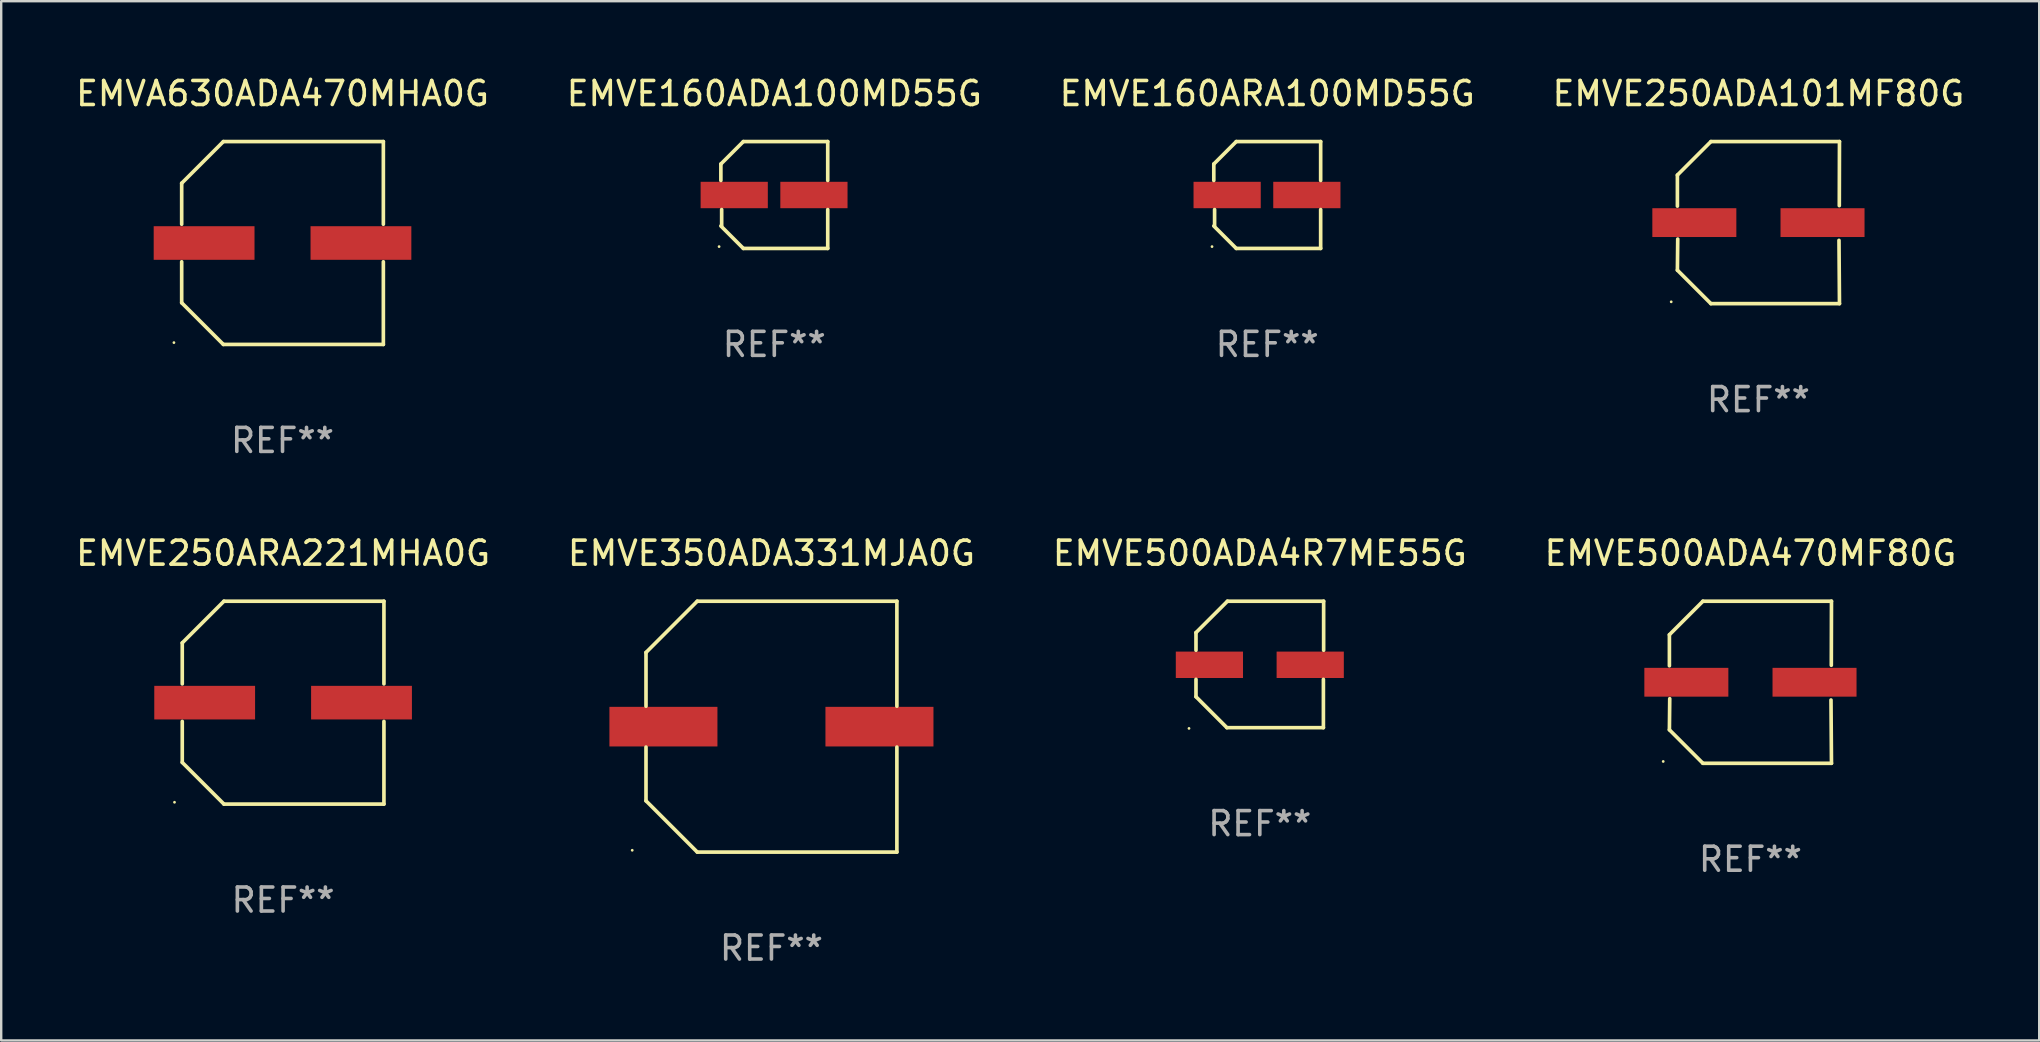
<source format=kicad_pcb>
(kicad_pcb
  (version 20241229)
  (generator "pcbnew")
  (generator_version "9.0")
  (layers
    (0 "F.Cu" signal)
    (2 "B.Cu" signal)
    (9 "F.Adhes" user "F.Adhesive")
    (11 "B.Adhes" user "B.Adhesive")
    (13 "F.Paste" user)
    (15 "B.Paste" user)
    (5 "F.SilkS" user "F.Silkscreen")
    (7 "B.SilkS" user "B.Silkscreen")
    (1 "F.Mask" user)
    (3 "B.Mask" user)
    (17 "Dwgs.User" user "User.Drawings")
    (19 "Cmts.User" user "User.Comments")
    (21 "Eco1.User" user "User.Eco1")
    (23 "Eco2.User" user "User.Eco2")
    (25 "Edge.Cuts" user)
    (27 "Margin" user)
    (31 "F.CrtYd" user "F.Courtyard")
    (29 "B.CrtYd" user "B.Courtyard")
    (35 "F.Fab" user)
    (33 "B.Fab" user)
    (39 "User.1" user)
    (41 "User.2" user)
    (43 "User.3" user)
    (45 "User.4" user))
  (footprint "EMVE160ADA100MD55G"
    (layer "F.Cu")
    (at 29.208 5.074)
    (property "Reference" "EMVE160ADA100MD55G" (at 0 -4.226 0) (layer "F.SilkS") (effects (font (size 1 1) (thickness 0.15))))
    (attr through_hole)
    (fp_line (start -2.226 -1.29) (end -2.226 -0.607) (stroke (width 0.152) (type solid)) (layer "F.SilkS"))
    (fp_line (start -2.193 1.29) (end -2.193 0.607) (stroke (width 0.152) (type solid)) (layer "F.SilkS"))
    (fp_line (start -1.29 2.226) (end -2.226 1.29) (stroke (width 0.152) (type solid)) (layer "F.SilkS"))
    (fp_line (start -1.29 -2.226) (end -2.226 -1.29) (stroke (width 0.152) (type solid)) (layer "F.SilkS"))
    (fp_line (start 2.226 -2.226) (end -1.29 -2.226) (stroke (width 0.152) (type solid)) (layer "F.SilkS"))
    (fp_line (start 2.226 -0.607) (end 2.226 -2.226) (stroke (width 0.152) (type solid)) (layer "F.SilkS"))
    (fp_line (start 2.226 0.607) (end 2.226 2.226) (stroke (width 0.152) (type solid)) (layer "F.SilkS"))
    (fp_line (start 2.226 2.226) (end -1.29 2.226) (stroke (width 0.152) (type solid)) (layer "F.SilkS"))
    (fp_circle (center -2.3 2.15) (end -2.27 2.15) (stroke (width 0.06) (type solid)) (fill no) (layer "F.SilkS"))
    (fp_text user "REF**" (at 0 6.226 0) (layer "F.Fab") (effects (font (size 1 1) (thickness 0.15))))
    (pad "1" smd rect (at -1.67 -0.000025) (size 2.8 1.1) (layers "F.Cu" "F.Mask" "F.Paste"))
    (pad "2" smd rect (at 1.651 -0.000025) (size 2.8 1.1) (layers "F.Cu" "F.Mask" "F.Paste")))
  (footprint "EMVE160ARA100MD55G"
    (layer "F.Cu")
    (at 49.744 5.074)
    (property "Reference" "EMVE160ARA100MD55G" (at 0 -4.226 0) (layer "F.SilkS") (effects (font (size 1 1) (thickness 0.15))))
    (attr through_hole)
    (fp_line (start -2.226 -1.29) (end -2.226 -0.607) (stroke (width 0.152) (type solid)) (layer "F.SilkS"))
    (fp_line (start -2.193 1.29) (end -2.193 0.607) (stroke (width 0.152) (type solid)) (layer "F.SilkS"))
    (fp_line (start -1.29 2.226) (end -2.226 1.29) (stroke (width 0.152) (type solid)) (layer "F.SilkS"))
    (fp_line (start -1.29 -2.226) (end -2.226 -1.29) (stroke (width 0.152) (type solid)) (layer "F.SilkS"))
    (fp_line (start 2.226 -2.226) (end -1.29 -2.226) (stroke (width 0.152) (type solid)) (layer "F.SilkS"))
    (fp_line (start 2.226 -0.607) (end 2.226 -2.226) (stroke (width 0.152) (type solid)) (layer "F.SilkS"))
    (fp_line (start 2.226 0.607) (end 2.226 2.226) (stroke (width 0.152) (type solid)) (layer "F.SilkS"))
    (fp_line (start 2.226 2.226) (end -1.29 2.226) (stroke (width 0.152) (type solid)) (layer "F.SilkS"))
    (fp_circle (center -2.3 2.15) (end -2.27 2.15) (stroke (width 0.06) (type solid)) (fill no) (layer "F.SilkS"))
    (fp_text user "REF**" (at 0 6.226 0) (layer "F.Fab") (effects (font (size 1 1) (thickness 0.15))))
    (pad "1" smd rect (at -1.67 -0.000025) (size 2.8 1.1) (layers "F.Cu" "F.Mask" "F.Paste"))
    (pad "2" smd rect (at 1.651 -0.000025) (size 2.8 1.1) (layers "F.Cu" "F.Mask" "F.Paste")))
  (footprint "EMVE500ADA4R7ME55G"
    (layer "F.Cu")
    (at 49.435 24.631)
    (property "Reference" "EMVE500ADA4R7ME55G" (at 0 -4.634 0) (layer "F.SilkS") (effects (font (size 1 1) (thickness 0.15))))
    (attr through_hole)
    (fp_line (start -2.659 -1.326) (end -2.659 -0.592) (stroke (width 0.152) (type solid)) (layer "F.SilkS"))
    (fp_line (start -2.659 1.346) (end -2.659 0.622) (stroke (width 0.152) (type solid)) (layer "F.SilkS"))
    (fp_line (start -1.372 2.634) (end -2.659 1.346) (stroke (width 0.152) (type solid)) (layer "F.SilkS"))
    (fp_line (start -1.349 -2.634) (end -2.659 -1.326) (stroke (width 0.152) (type solid)) (layer "F.SilkS"))
    (fp_line (start 2.649 0.622) (end 2.649 2.634) (stroke (width 0.152) (type solid)) (layer "F.SilkS"))
    (fp_line (start 2.649 2.634) (end -1.372 2.634) (stroke (width 0.152) (type solid)) (layer "F.SilkS"))
    (fp_line (start 2.659 -2.634) (end -1.349 -2.634) (stroke (width 0.152) (type solid)) (layer "F.SilkS"))
    (fp_line (start 2.659 -0.592) (end 2.659 -2.634) (stroke (width 0.152) (type solid)) (layer "F.SilkS"))
    (fp_circle (center -2.95 2.665) (end -2.92 2.665) (stroke (width 0.06) (type solid)) (fill no) (layer "F.SilkS"))
    (fp_text user "REF**" (at 0 6.634 0) (layer "F.Fab") (effects (font (size 1 1) (thickness 0.15))))
    (pad "1" smd rect (at -2.1 0.015) (size 2.8 1.1) (layers "F.Cu" "F.Mask" "F.Paste"))
    (pad "2" smd rect (at 2.1 0.015) (size 2.8 1.1) (layers "F.Cu" "F.Mask" "F.Paste")))
  (footprint "EMVE250ARA221MHA0G"
    (layer "F.Cu")
    (at 8.744 26.223)
    (property "Reference" "EMVE250ARA221MHA0G" (at 0 -6.226 0) (layer "F.SilkS") (effects (font (size 1 1) (thickness 0.15))))
    (attr through_hole)
    (fp_line (start -4.201 -2.49) (end -4.201 -0.782) (stroke (width 0.152) (type solid)) (layer "F.SilkS"))
    (fp_line (start -4.201 2.49) (end -4.201 0.782) (stroke (width 0.152) (type solid)) (layer "F.SilkS"))
    (fp_line (start -2.465 -4.226) (end -4.201 -2.49) (stroke (width 0.152) (type solid)) (layer "F.SilkS"))
    (fp_line (start -2.465 4.226) (end -4.201 2.49) (stroke (width 0.152) (type solid)) (layer "F.SilkS"))
    (fp_line (start 4.201 -4.226) (end -2.465 -4.226) (stroke (width 0.152) (type solid)) (layer "F.SilkS"))
    (fp_line (start 4.201 -0.782) (end 4.201 -4.226) (stroke (width 0.152) (type solid)) (layer "F.SilkS"))
    (fp_line (start 4.201 0.782) (end 4.201 4.226) (stroke (width 0.152) (type solid)) (layer "F.SilkS"))
    (fp_line (start 4.201 4.226) (end -2.465 4.226) (stroke (width 0.152) (type solid)) (layer "F.SilkS"))
    (fp_circle (center -4.524 4.15) (end -4.494 4.15) (stroke (width 0.06) (type solid)) (fill no) (layer "F.SilkS"))
    (fp_text user "REF**" (at 0 8.226 0) (layer "F.Fab") (effects (font (size 1 1) (thickness 0.15))))
    (pad "1" smd rect (at -3.267 0) (size 4.2 1.4) (layers "F.Cu" "F.Mask" "F.Paste"))
    (pad "2" smd rect (at 3.267 0) (size 4.2 1.4) (layers "F.Cu" "F.Mask" "F.Paste")))
  (footprint "EMVA630ADA470MHA0G"
    (layer "F.Cu")
    (at 8.72 7.074)
    (property "Reference" "EMVA630ADA470MHA0G" (at 0 -6.226 0) (layer "F.SilkS") (effects (font (size 1 1) (thickness 0.15))))
    (attr through_hole)
    (fp_line (start -4.201 -2.49) (end -4.201 -0.782) (stroke (width 0.152) (type solid)) (layer "F.SilkS"))
    (fp_line (start -4.201 2.49) (end -4.201 0.782) (stroke (width 0.152) (type solid)) (layer "F.SilkS"))
    (fp_line (start -2.465 -4.226) (end -4.201 -2.49) (stroke (width 0.152) (type solid)) (layer "F.SilkS"))
    (fp_line (start -2.465 4.226) (end -4.201 2.49) (stroke (width 0.152) (type solid)) (layer "F.SilkS"))
    (fp_line (start 4.201 -4.226) (end -2.465 -4.226) (stroke (width 0.152) (type solid)) (layer "F.SilkS"))
    (fp_line (start 4.201 -0.782) (end 4.201 -4.226) (stroke (width 0.152) (type solid)) (layer "F.SilkS"))
    (fp_line (start 4.201 0.782) (end 4.201 4.226) (stroke (width 0.152) (type solid)) (layer "F.SilkS"))
    (fp_line (start 4.201 4.226) (end -2.465 4.226) (stroke (width 0.152) (type solid)) (layer "F.SilkS"))
    (fp_circle (center -4.524 4.15) (end -4.494 4.15) (stroke (width 0.06) (type solid)) (fill no) (layer "F.SilkS"))
    (fp_text user "REF**" (at 0 8.226 0) (layer "F.Fab") (effects (font (size 1 1) (thickness 0.15))))
    (pad "1" smd rect (at -3.267 0) (size 4.2 1.4) (layers "F.Cu" "F.Mask" "F.Paste"))
    (pad "2" smd rect (at 3.267 0) (size 4.2 1.4) (layers "F.Cu" "F.Mask" "F.Paste")))
  (footprint "EMVE350ADA331MJA0G"
    (layer "F.Cu")
    (at 29.089 27.223)
    (property "Reference" "EMVE350ADA331MJA0G" (at 0 -7.226 0) (layer "F.SilkS") (effects (font (size 1 1) (thickness 0.15))))
    (attr through_hole)
    (fp_line (start -5.226 -3.09) (end -5.226 -0.852) (stroke (width 0.152) (type solid)) (layer "F.SilkS"))
    (fp_line (start -5.226 3.09) (end -5.226 0.852) (stroke (width 0.152) (type solid)) (layer "F.SilkS"))
    (fp_line (start -3.09 -5.226) (end -5.226 -3.09) (stroke (width 0.152) (type solid)) (layer "F.SilkS"))
    (fp_line (start -3.09 5.226) (end -5.226 3.09) (stroke (width 0.152) (type solid)) (layer "F.SilkS"))
    (fp_line (start 5.226 -5.226) (end -3.09 -5.226) (stroke (width 0.152) (type solid)) (layer "F.SilkS"))
    (fp_line (start 5.226 -0.852) (end 5.226 -5.226) (stroke (width 0.152) (type solid)) (layer "F.SilkS"))
    (fp_line (start 5.226 0.852) (end 5.226 5.226) (stroke (width 0.152) (type solid)) (layer "F.SilkS"))
    (fp_line (start 5.226 5.226) (end -3.09 5.226) (stroke (width 0.152) (type solid)) (layer "F.SilkS"))
    (fp_circle (center -5.8 5.15) (end -5.77 5.15) (stroke (width 0.06) (type solid)) (fill no) (layer "F.SilkS"))
    (fp_text user "REF**" (at 0 9.226 0) (layer "F.Fab") (effects (font (size 1 1) (thickness 0.15))))
    (pad "1" smd rect (at -4.5 0) (size 4.5 1.65) (layers "F.Cu" "F.Mask" "F.Paste"))
    (pad "2" smd rect (at 4.5 0) (size 4.5 1.65) (layers "F.Cu" "F.Mask" "F.Paste")))
  (footprint "EMVE250ADA101MF80G"
    (layer "F.Cu")
    (at 70.208 6.224)
    (property "Reference" "EMVE250ADA101MF80G" (at 0 -5.376 0) (layer "F.SilkS") (effects (font (size 1 1) (thickness 0.15))))
    (attr through_hole)
    (fp_line (start -3.376 -1.98) (end -3.376 -0.686) (stroke (width 0.152) (type solid)) (layer "F.SilkS"))
    (fp_line (start -3.376 1.981) (end -3.362 0.686) (stroke (width 0.152) (type solid)) (layer "F.SilkS"))
    (fp_line (start -1.981 3.376) (end -3.376 1.981) (stroke (width 0.152) (type solid)) (layer "F.SilkS"))
    (fp_line (start -1.98 -3.376) (end -3.376 -1.98) (stroke (width 0.152) (type solid)) (layer "F.SilkS"))
    (fp_line (start 3.356 0.74) (end 3.376 3.376) (stroke (width 0.152) (type solid)) (layer "F.SilkS"))
    (fp_line (start 3.369 -0.707) (end 3.376 -3.376) (stroke (width 0.152) (type solid)) (layer "F.SilkS"))
    (fp_line (start 3.376 3.376) (end -1.981 3.376) (stroke (width 0.152) (type solid)) (layer "F.SilkS"))
    (fp_line (start 3.376 -3.376) (end -1.98 -3.376) (stroke (width 0.152) (type solid)) (layer "F.SilkS"))
    (fp_circle (center -3.634 3.3) (end -3.604 3.3) (stroke (width 0.06) (type solid)) (fill no) (layer "F.SilkS"))
    (fp_text user "REF**" (at 0 7.376 0) (layer "F.Fab") (effects (font (size 1 1) (thickness 0.15))))
    (pad "1" smd rect (at -2.67 0.000254) (size 3.5 1.2) (layers "F.Cu" "F.Mask" "F.Paste"))
    (pad "2" smd rect (at 2.67 0.000254) (size 3.5 1.2) (layers "F.Cu" "F.Mask" "F.Paste")))
  (footprint "EMVE500ADA470MF80G"
    (layer "F.Cu")
    (at 69.875 25.373)
    (property "Reference" "EMVE500ADA470MF80G" (at 0 -5.376 0) (layer "F.SilkS") (effects (font (size 1 1) (thickness 0.15))))
    (attr through_hole)
    (fp_line (start -3.376 -1.98) (end -3.376 -0.686) (stroke (width 0.152) (type solid)) (layer "F.SilkS"))
    (fp_line (start -3.376 1.981) (end -3.362 0.686) (stroke (width 0.152) (type solid)) (layer "F.SilkS"))
    (fp_line (start -1.981 3.376) (end -3.376 1.981) (stroke (width 0.152) (type solid)) (layer "F.SilkS"))
    (fp_line (start -1.98 -3.376) (end -3.376 -1.98) (stroke (width 0.152) (type solid)) (layer "F.SilkS"))
    (fp_line (start 3.356 0.74) (end 3.376 3.376) (stroke (width 0.152) (type solid)) (layer "F.SilkS"))
    (fp_line (start 3.369 -0.707) (end 3.376 -3.376) (stroke (width 0.152) (type solid)) (layer "F.SilkS"))
    (fp_line (start 3.376 3.376) (end -1.981 3.376) (stroke (width 0.152) (type solid)) (layer "F.SilkS"))
    (fp_line (start 3.376 -3.376) (end -1.98 -3.376) (stroke (width 0.152) (type solid)) (layer "F.SilkS"))
    (fp_circle (center -3.634 3.3) (end -3.604 3.3) (stroke (width 0.06) (type solid)) (fill no) (layer "F.SilkS"))
    (fp_text user "REF**" (at 0 7.376 0) (layer "F.Fab") (effects (font (size 1 1) (thickness 0.15))))
    (pad "1" smd rect (at -2.67 0.000254) (size 3.5 1.2) (layers "F.Cu" "F.Mask" "F.Paste"))
    (pad "2" smd rect (at 2.67 0.000254) (size 3.5 1.2) (layers "F.Cu" "F.Mask" "F.Paste")))
  (gr_rect
    (start -3 -3)
    (end 81.905 40.298)
    (stroke (width 0.1) (type default))
    (fill no)
    (layer "Edge.Cuts")))
</source>
